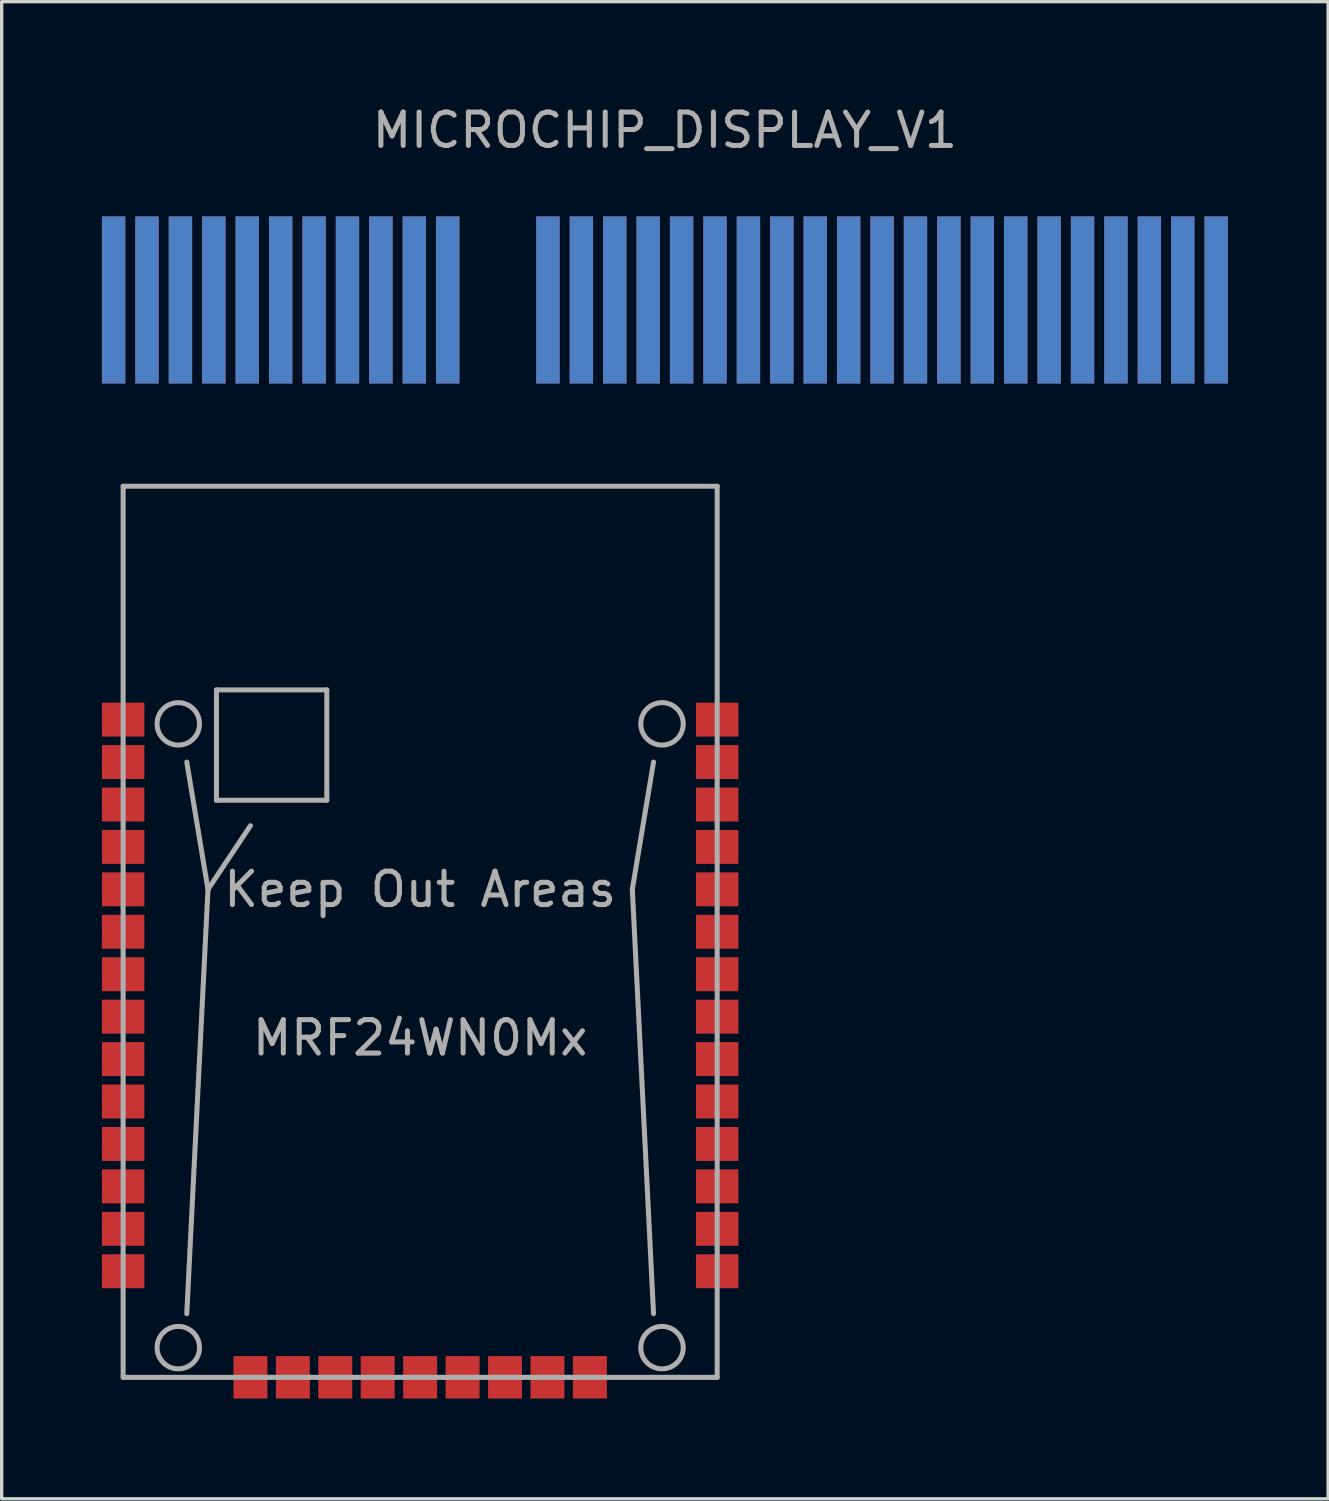
<source format=kicad_pcb>
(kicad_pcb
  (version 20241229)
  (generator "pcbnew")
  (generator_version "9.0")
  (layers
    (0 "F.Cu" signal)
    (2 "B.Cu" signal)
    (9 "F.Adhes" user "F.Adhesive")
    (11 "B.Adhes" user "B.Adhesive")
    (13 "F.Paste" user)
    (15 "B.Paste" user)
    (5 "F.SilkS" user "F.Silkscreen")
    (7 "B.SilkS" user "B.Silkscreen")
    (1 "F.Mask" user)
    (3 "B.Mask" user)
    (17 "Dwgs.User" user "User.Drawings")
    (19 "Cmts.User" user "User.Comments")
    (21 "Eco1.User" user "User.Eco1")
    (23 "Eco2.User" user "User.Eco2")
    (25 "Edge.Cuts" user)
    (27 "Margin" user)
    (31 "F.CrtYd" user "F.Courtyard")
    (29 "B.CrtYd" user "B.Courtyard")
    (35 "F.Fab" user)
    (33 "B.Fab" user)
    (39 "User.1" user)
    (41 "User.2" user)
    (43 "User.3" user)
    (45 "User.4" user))
  (footprint "MRF24WN0Mx"
    (layer "F.Cu")
    (at 9.525 24.838)
    (property "Reference" "MRF24WN0Mx" (at 0 3.175 0) (layer "F.Fab") (effects (font (size 1 1) (thickness 0.15))))
    (attr through_hole)
    (fp_line (start -8.89 -13.335) (end 8.89 -13.335) (stroke (width 0.15) (type solid)) (layer "F.Fab"))
    (fp_line (start -8.89 13.335) (end -8.89 -13.335) (stroke (width 0.15) (type solid)) (layer "F.Fab"))
    (fp_line (start -6.35 -1.27) (end -6.985 -5.08) (stroke (width 0.15) (type solid)) (layer "F.Fab"))
    (fp_line (start -6.35 -1.27) (end -6.985 11.43) (stroke (width 0.15) (type solid)) (layer "F.Fab"))
    (fp_line (start -6.35 -1.27) (end -5.08 -3.175) (stroke (width 0.15) (type solid)) (layer "F.Fab"))
    (fp_line (start -6.096 -7.239) (end -6.096 -3.937) (stroke (width 0.15) (type solid)) (layer "F.Fab"))
    (fp_line (start -6.096 -7.239) (end -2.794 -7.239) (stroke (width 0.15) (type solid)) (layer "F.Fab"))
    (fp_line (start -6.096 -3.937) (end -2.794 -3.937) (stroke (width 0.15) (type solid)) (layer "F.Fab"))
    (fp_line (start -2.794 -3.937) (end -2.794 -7.239) (stroke (width 0.15) (type solid)) (layer "F.Fab"))
    (fp_line (start 6.35 -1.27) (end 6.985 -5.08) (stroke (width 0.15) (type solid)) (layer "F.Fab"))
    (fp_line (start 6.35 -1.27) (end 6.985 11.43) (stroke (width 0.15) (type solid)) (layer "F.Fab"))
    (fp_line (start 8.89 -13.335) (end 8.89 13.335) (stroke (width 0.15) (type solid)) (layer "F.Fab"))
    (fp_line (start 8.89 13.335) (end -8.89 13.335) (stroke (width 0.15) (type solid)) (layer "F.Fab"))
    (fp_circle (center -7.239 -6.223) (end -7.239 -5.588) (stroke (width 0.15) (type solid)) (fill no) (layer "F.Fab"))
    (fp_circle (center -7.239 12.446) (end -7.239 13.081) (stroke (width 0.15) (type solid)) (fill no) (layer "F.Fab"))
    (fp_circle (center 7.239 -6.223) (end 7.239 -5.588) (stroke (width 0.15) (type solid)) (fill no) (layer "F.Fab"))
    (fp_circle (center 7.239 12.446) (end 7.239 13.081) (stroke (width 0.15) (type solid)) (fill no) (layer "F.Fab"))
    (fp_text user "Keep Out Areas" (at 0 -1.27 0) (layer "F.Fab") (effects (font (size 1 1) (thickness 0.15))))
    (pad "1" smd rect (at -8.89 -6.35) (size 1.27 1.016) (layers "F.Cu" "F.Mask" "F.Paste"))
    (pad "2" smd rect (at -8.89 -5.08) (size 1.27 1.016) (layers "F.Cu" "F.Mask" "F.Paste"))
    (pad "3" smd rect (at -8.89 -3.81) (size 1.27 1.016) (layers "F.Cu" "F.Mask" "F.Paste"))
    (pad "4" smd rect (at -8.89 -2.54) (size 1.27 1.016) (layers "F.Cu" "F.Mask" "F.Paste"))
    (pad "5" smd rect (at -8.89 -1.27) (size 1.27 1.016) (layers "F.Cu" "F.Mask" "F.Paste"))
    (pad "6" smd rect (at -8.89 0) (size 1.27 1.016) (layers "F.Cu" "F.Mask" "F.Paste"))
    (pad "7" smd rect (at -8.89 1.27) (size 1.27 1.016) (layers "F.Cu" "F.Mask" "F.Paste"))
    (pad "8" smd rect (at -8.89 2.54) (size 1.27 1.016) (layers "F.Cu" "F.Mask" "F.Paste"))
    (pad "9" smd rect (at -8.89 3.81) (size 1.27 1.016) (layers "F.Cu" "F.Mask" "F.Paste"))
    (pad "10" smd rect (at -8.89 5.08) (size 1.27 1.016) (layers "F.Cu" "F.Mask" "F.Paste"))
    (pad "11" smd rect (at -8.89 6.35) (size 1.27 1.016) (layers "F.Cu" "F.Mask" "F.Paste"))
    (pad "12" smd rect (at -8.89 7.62) (size 1.27 1.016) (layers "F.Cu" "F.Mask" "F.Paste"))
    (pad "13" smd rect (at -8.89 8.89) (size 1.27 1.016) (layers "F.Cu" "F.Mask" "F.Paste"))
    (pad "14" smd rect (at -8.89 10.16) (size 1.27 1.016) (layers "F.Cu" "F.Mask" "F.Paste"))
    (pad "15" smd rect (at -5.08 13.335) (size 1.016 1.27) (layers "F.Cu" "F.Mask" "F.Paste"))
    (pad "16" smd rect (at -3.81 13.335) (size 1.016 1.27) (layers "F.Cu" "F.Mask" "F.Paste"))
    (pad "17" smd rect (at -2.54 13.335) (size 1.016 1.27) (layers "F.Cu" "F.Mask" "F.Paste"))
    (pad "18" smd rect (at -1.27 13.335) (size 1.016 1.27) (layers "F.Cu" "F.Mask" "F.Paste"))
    (pad "19" smd rect (at 0 13.335) (size 1.016 1.27) (layers "F.Cu" "F.Mask" "F.Paste"))
    (pad "20" smd rect (at 1.27 13.335) (size 1.016 1.27) (layers "F.Cu" "F.Mask" "F.Paste"))
    (pad "21" smd rect (at 2.54 13.335) (size 1.016 1.27) (layers "F.Cu" "F.Mask" "F.Paste"))
    (pad "22" smd rect (at 3.81 13.335) (size 1.016 1.27) (layers "F.Cu" "F.Mask" "F.Paste"))
    (pad "23" smd rect (at 5.08 13.335) (size 1.016 1.27) (layers "F.Cu" "F.Mask" "F.Paste"))
    (pad "24" smd rect (at 8.89 10.16) (size 1.27 1.016) (layers "F.Cu" "F.Mask" "F.Paste"))
    (pad "25" smd rect (at 8.89 8.89) (size 1.27 1.016) (layers "F.Cu" "F.Mask" "F.Paste"))
    (pad "26" smd rect (at 8.89 7.62) (size 1.27 1.016) (layers "F.Cu" "F.Mask" "F.Paste"))
    (pad "27" smd rect (at 8.89 6.35) (size 1.27 1.016) (layers "F.Cu" "F.Mask" "F.Paste"))
    (pad "28" smd rect (at 8.89 5.08) (size 1.27 1.016) (layers "F.Cu" "F.Mask" "F.Paste"))
    (pad "29" smd rect (at 8.89 3.81) (size 1.27 1.016) (layers "F.Cu" "F.Mask" "F.Paste"))
    (pad "30" smd rect (at 8.89 2.54) (size 1.27 1.016) (layers "F.Cu" "F.Mask" "F.Paste"))
    (pad "31" smd rect (at 8.89 1.27) (size 1.27 1.016) (layers "F.Cu" "F.Mask" "F.Paste"))
    (pad "32" smd rect (at 8.89 0) (size 1.27 1.016) (layers "F.Cu" "F.Mask" "F.Paste"))
    (pad "33" smd rect (at 8.89 -1.27) (size 1.27 1.016) (layers "F.Cu" "F.Mask" "F.Paste"))
    (pad "34" smd rect (at 8.89 -2.54) (size 1.27 1.016) (layers "F.Cu" "F.Mask" "F.Paste"))
    (pad "35" smd rect (at 8.89 -3.81) (size 1.27 1.016) (layers "F.Cu" "F.Mask" "F.Paste"))
    (pad "36" smd rect (at 8.89 -5.08) (size 1.27 1.016) (layers "F.Cu" "F.Mask" "F.Paste"))
    (pad "37" smd rect (at 8.89 -6.35) (size 1.27 1.016) (layers "F.Cu" "F.Mask" "F.Paste")))
  (footprint "MICROCHIP_DISPLAY_V1"
    (layer "F.Cu")
    (at 16.85 5.928)
    (property "Reference" "MICROCHIP_DISPLAY_V1" (at 0 -5.08 0) (layer "F.Fab") (effects (font (size 1 1) (thickness 0.15))))
    (attr through_hole)
    (pad "1" smd rect (at -16.5 0) (size 0.7 5) (layers "F.Cu" "F.Mask"))
    (pad "2" smd rect (at -16.5 0) (size 0.7 5) (layers "B.Cu" "B.Mask"))
    (pad "3" smd rect (at -15.5 0) (size 0.7 5) (layers "F.Cu" "F.Mask"))
    (pad "4" smd rect (at -15.5 0) (size 0.7 5) (layers "B.Cu" "B.Mask"))
    (pad "5" smd rect (at -14.5 0) (size 0.7 5) (layers "F.Cu" "F.Mask"))
    (pad "6" smd rect (at -14.5 0) (size 0.7 5) (layers "B.Cu" "B.Mask"))
    (pad "7" smd rect (at -13.5 0) (size 0.7 5) (layers "F.Cu" "F.Mask"))
    (pad "8" smd rect (at -13.5 0) (size 0.7 5) (layers "B.Cu" "B.Mask"))
    (pad "9" smd rect (at -12.5 0) (size 0.7 5) (layers "F.Cu" "F.Mask"))
    (pad "10" smd rect (at -12.5 0) (size 0.7 5) (layers "B.Cu" "B.Mask"))
    (pad "11" smd rect (at -11.5 0) (size 0.7 5) (layers "F.Cu" "F.Mask"))
    (pad "12" smd rect (at -11.5 0) (size 0.7 5) (layers "B.Cu" "B.Mask"))
    (pad "13" smd rect (at -10.5 0) (size 0.7 5) (layers "F.Cu" "F.Mask"))
    (pad "14" smd rect (at -10.5 0) (size 0.7 5) (layers "B.Cu" "B.Mask"))
    (pad "15" smd rect (at -9.5 0) (size 0.7 5) (layers "F.Cu" "F.Mask"))
    (pad "16" smd rect (at -9.5 0) (size 0.7 5) (layers "B.Cu" "B.Mask"))
    (pad "17" smd rect (at -8.5 0) (size 0.7 5) (layers "F.Cu" "F.Mask"))
    (pad "18" smd rect (at -8.5 0) (size 0.7 5) (layers "B.Cu" "B.Mask"))
    (pad "19" smd rect (at -7.5 0) (size 0.7 5) (layers "F.Cu" "F.Mask"))
    (pad "20" smd rect (at -7.5 0) (size 0.7 5) (layers "B.Cu" "B.Mask"))
    (pad "21" smd rect (at -6.5 0) (size 0.7 5) (layers "F.Cu" "F.Mask"))
    (pad "22" smd rect (at -6.5 0) (size 0.7 5) (layers "B.Cu" "B.Mask"))
    (pad "23" smd rect (at -3.5 0) (size 0.7 5) (layers "F.Cu" "F.Mask"))
    (pad "24" smd rect (at -3.5 0) (size 0.7 5) (layers "B.Cu" "B.Mask"))
    (pad "25" smd rect (at -2.5 0) (size 0.7 5) (layers "F.Cu" "F.Mask"))
    (pad "26" smd rect (at -2.5 0) (size 0.7 5) (layers "B.Cu" "B.Mask"))
    (pad "27" smd rect (at -1.5 0) (size 0.7 5) (layers "F.Cu" "F.Mask"))
    (pad "28" smd rect (at -1.5 0) (size 0.7 5) (layers "B.Cu" "B.Mask"))
    (pad "29" smd rect (at -0.5 0) (size 0.7 5) (layers "F.Cu" "F.Mask"))
    (pad "30" smd rect (at -0.5 0) (size 0.7 5) (layers "B.Cu" "B.Mask"))
    (pad "31" smd rect (at 0.5 0) (size 0.7 5) (layers "F.Cu" "F.Mask"))
    (pad "32" smd rect (at 0.5 0) (size 0.7 5) (layers "B.Cu" "B.Mask"))
    (pad "33" smd rect (at 1.5 0) (size 0.7 5) (layers "F.Cu" "F.Mask"))
    (pad "34" smd rect (at 1.5 0) (size 0.7 5) (layers "B.Cu" "B.Mask"))
    (pad "35" smd rect (at 2.5 0) (size 0.7 5) (layers "F.Cu" "F.Mask"))
    (pad "36" smd rect (at 2.5 0) (size 0.7 5) (layers "B.Cu" "B.Mask"))
    (pad "37" smd rect (at 3.5 0) (size 0.7 5) (layers "F.Cu" "F.Mask"))
    (pad "38" smd rect (at 3.5 0) (size 0.7 5) (layers "B.Cu" "B.Mask"))
    (pad "39" smd rect (at 4.5 0) (size 0.7 5) (layers "F.Cu" "F.Mask"))
    (pad "40" smd rect (at 4.5 0) (size 0.7 5) (layers "B.Cu" "B.Mask"))
    (pad "41" smd rect (at 5.5 0) (size 0.7 5) (layers "F.Cu" "F.Mask"))
    (pad "42" smd rect (at 5.5 0) (size 0.7 5) (layers "B.Cu" "B.Mask"))
    (pad "43" smd rect (at 6.5 0) (size 0.7 5) (layers "F.Cu" "F.Mask"))
    (pad "44" smd rect (at 6.5 0) (size 0.7 5) (layers "B.Cu" "B.Mask"))
    (pad "45" smd rect (at 7.5 0) (size 0.7 5) (layers "F.Cu" "F.Mask"))
    (pad "46" smd rect (at 7.5 0) (size 0.7 5) (layers "B.Cu" "B.Mask"))
    (pad "47" smd rect (at 8.5 0) (size 0.7 5) (layers "F.Cu" "F.Mask"))
    (pad "48" smd rect (at 8.5 0) (size 0.7 5) (layers "B.Cu" "B.Mask"))
    (pad "49" smd rect (at 9.5 0) (size 0.7 5) (layers "F.Cu" "F.Mask"))
    (pad "50" smd rect (at 9.5 0) (size 0.7 5) (layers "B.Cu" "B.Mask"))
    (pad "51" smd rect (at 10.5 0) (size 0.7 5) (layers "F.Cu" "F.Mask"))
    (pad "52" smd rect (at 10.5 0) (size 0.7 5) (layers "B.Cu" "B.Mask"))
    (pad "53" smd rect (at 11.5 0) (size 0.7 5) (layers "F.Cu" "F.Mask"))
    (pad "54" smd rect (at 11.5 0) (size 0.7 5) (layers "B.Cu" "B.Mask"))
    (pad "55" smd rect (at 12.5 0) (size 0.7 5) (layers "F.Cu" "F.Mask"))
    (pad "56" smd rect (at 12.5 0) (size 0.7 5) (layers "B.Cu" "B.Mask"))
    (pad "57" smd rect (at 13.5 0) (size 0.7 5) (layers "F.Cu" "F.Mask"))
    (pad "58" smd rect (at 13.5 0) (size 0.7 5) (layers "B.Cu" "B.Mask"))
    (pad "59" smd rect (at 14.5 0) (size 0.7 5) (layers "F.Cu" "F.Mask"))
    (pad "60" smd rect (at 14.5 0) (size 0.7 5) (layers "B.Cu" "B.Mask"))
    (pad "61" smd rect (at 15.5 0) (size 0.7 5) (layers "F.Cu" "F.Mask"))
    (pad "62" smd rect (at 15.5 0) (size 0.7 5) (layers "B.Cu" "B.Mask"))
    (pad "63" smd rect (at 16.5 0) (size 0.7 5) (layers "F.Cu" "F.Mask"))
    (pad "64" smd rect (at 16.5 0) (size 0.7 5) (layers "B.Cu" "B.Mask")))
  (gr_rect
    (start -3 -3)
    (end 36.7 41.808)
    (stroke (width 0.1) (type default))
    (fill no)
    (layer "Edge.Cuts")))
</source>
